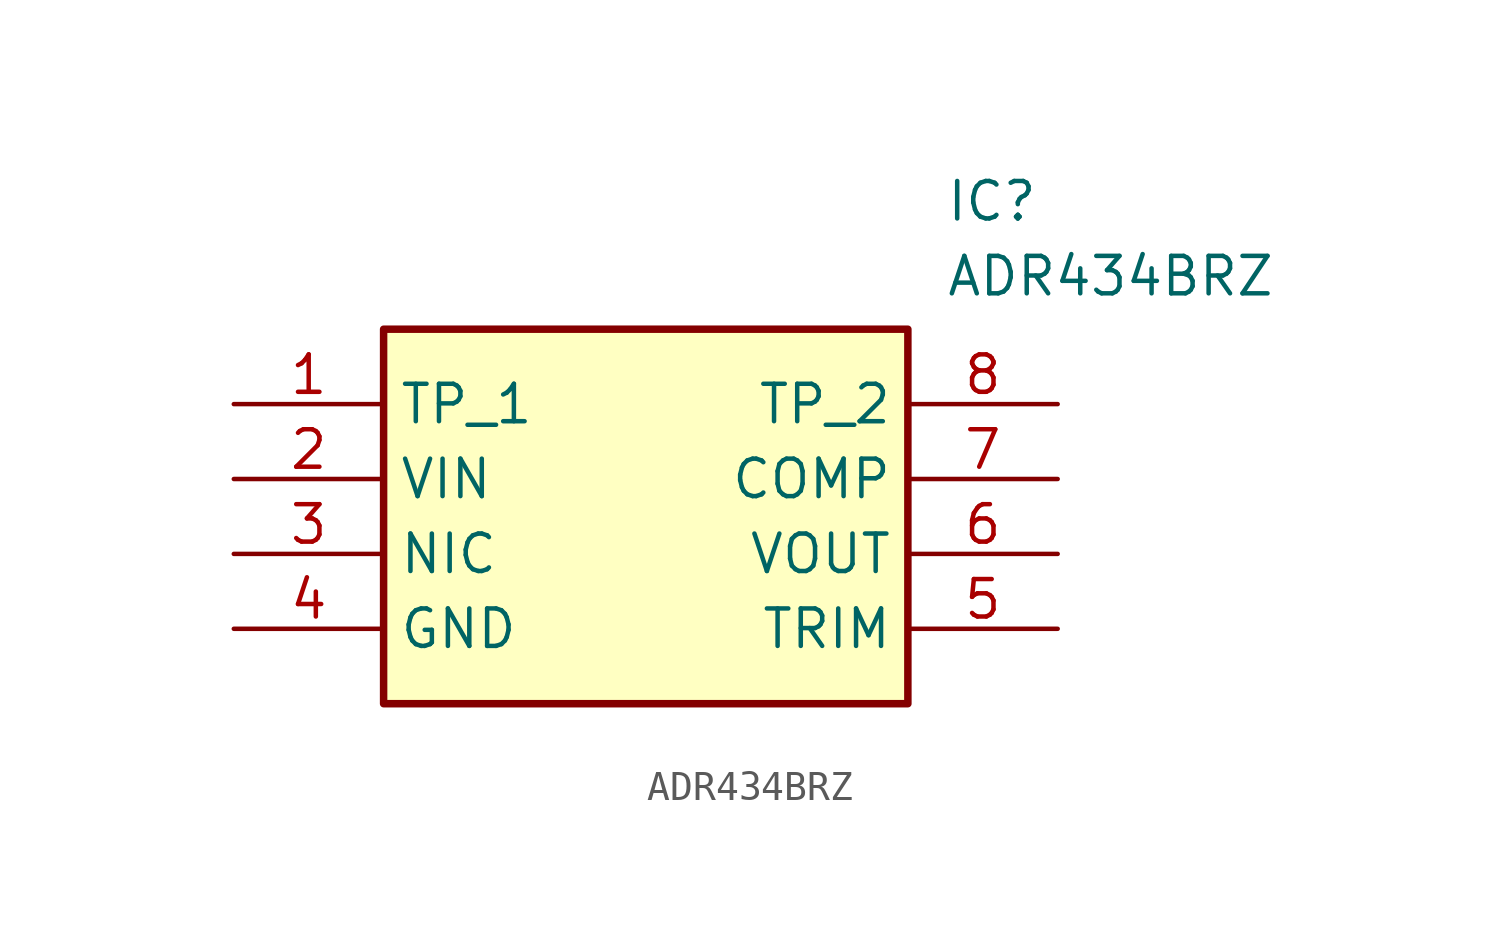
<source format=kicad_sym>
(kicad_symbol_lib
  (version 20211014)
  (generator SamacSys_ECAD_Model)
  (symbol "ADR434BRZ"
    (property "Reference" "IC"
      (at 24.13 7.62 0)
      (effects (font (size 1.27 1.27)) (justify left top)))
    (property "Value" "ADR434BRZ"
      (at 24.13 5.08 0)
      (effects (font (size 1.27 1.27)) (justify left top)))
    (rectangle
      (start 5.08 2.54)
      (end 22.86 -10.16)
      (stroke (width 0.254) (type default))
      (fill (type background)))
    (pin passive line
      (at 0 0 0)
      (length 5.08)
      (name "TP_1" (effects (font (size 1.27 1.27))))
      (number "1" (effects (font (size 1.27 1.27)))))
    (pin passive line
      (at 0 -2.54 0)
      (length 5.08)
      (name "VIN" (effects (font (size 1.27 1.27))))
      (number "2" (effects (font (size 1.27 1.27)))))
    (pin passive line
      (at 0 -5.08 0)
      (length 5.08)
      (name "NIC" (effects (font (size 1.27 1.27))))
      (number "3" (effects (font (size 1.27 1.27)))))
    (pin passive line
      (at 0 -7.62 0)
      (length 5.08)
      (name "GND" (effects (font (size 1.27 1.27))))
      (number "4" (effects (font (size 1.27 1.27)))))
    (pin passive line
      (at 27.94 0 180)
      (length 5.08)
      (name "TP_2" (effects (font (size 1.27 1.27))))
      (number "8" (effects (font (size 1.27 1.27)))))
    (pin passive line
      (at 27.94 -2.54 180)
      (length 5.08)
      (name "COMP" (effects (font (size 1.27 1.27))))
      (number "7" (effects (font (size 1.27 1.27)))))
    (pin passive line
      (at 27.94 -5.08 180)
      (length 5.08)
      (name "VOUT" (effects (font (size 1.27 1.27))))
      (number "6" (effects (font (size 1.27 1.27)))))
    (pin passive line
      (at 27.94 -7.62 180)
      (length 5.08)
      (name "TRIM" (effects (font (size 1.27 1.27))))
      (number "5" (effects (font (size 1.27 1.27)))))))
</source>
